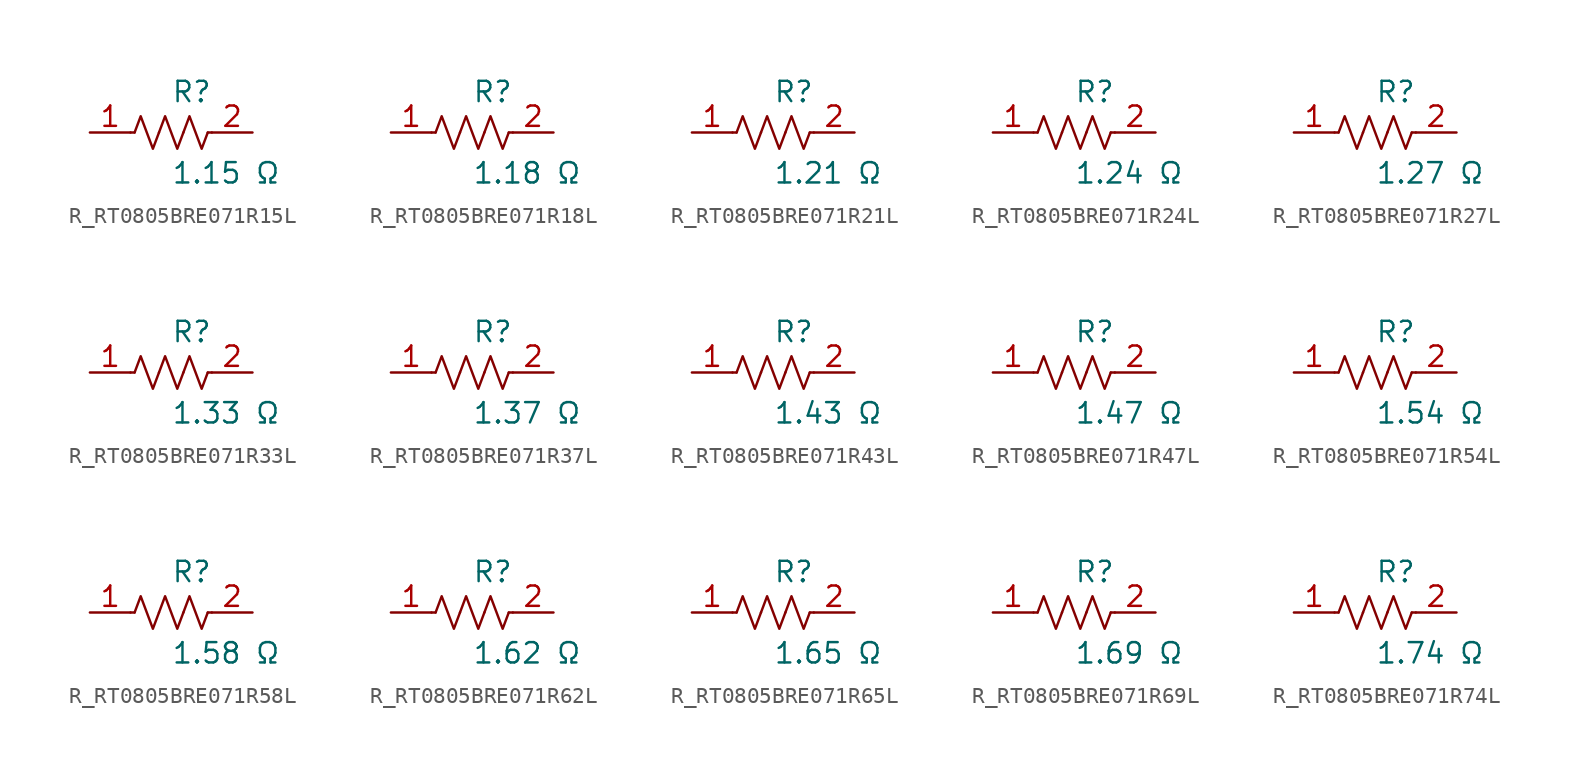
<source format=kicad_sym>
(kicad_symbol_lib
  (version 20231120)
  (generator kicad_symbol_editor)
  (generator_version 8.0)
  (symbol "R_RT0805BRE071R15L"
    (pin_names
      (offset 0.254))
    (property "Reference" "R"
      (at 0.0 2.54 0)
      (effects (font (size 1.27 1.27)) (justify left)))
    (property "Value" "1.15 Ω"
      (at 0.0 -2.54 0)
      (effects (font (size 1.27 1.27)) (justify left)))
    (symbol "R_RT0805BRE071R15L_0_1"
      (polyline (pts (xy 2.286 0) (xy 2.54 0)) (stroke (width 0) (type default)) (fill (type none)))
      (polyline (pts (xy -2.286 0) (xy -2.54 0)) (stroke (width 0) (type default)) (fill (type none)))
      (polyline (pts (xy 0.762 0) (xy 1.143 1.016) (xy 1.524 0) (xy 1.905 -1.016) (xy 2.286 0)) (stroke (width 0) (type default)) (fill (type none)))
      (polyline (pts (xy -0.762 0) (xy -0.381 1.016) (xy 0 0) (xy 0.381 -1.016) (xy 0.762 0)) (stroke (width 0) (type default)) (fill (type none)))
      (polyline (pts (xy -2.286 0) (xy -1.905 1.016) (xy -1.524 0) (xy -1.143 -1.016) (xy -0.762 0)) (stroke (width 0) (type default)) (fill (type none))))
    (pin unspecified line
      (at -5.08 0 0)
      (length 2.54)
      (name "" (effects (font (size 1.27 1.27))))
      (number "1" (effects (font (size 1.27 1.27)))))
    (pin unspecified line
      (at 5.08 0 180)
      (length 2.54)
      (name "" (effects (font (size 1.27 1.27))))
      (number "2" (effects (font (size 1.27 1.27))))))
  (symbol "R_RT0805BRE071R18L"
    (pin_names
      (offset 0.254))
    (property "Reference" "R"
      (at 0.0 2.54 0)
      (effects (font (size 1.27 1.27)) (justify left)))
    (property "Value" "1.18 Ω"
      (at 0.0 -2.54 0)
      (effects (font (size 1.27 1.27)) (justify left)))
    (symbol "R_RT0805BRE071R18L_0_1"
      (polyline (pts (xy 2.286 0) (xy 2.54 0)) (stroke (width 0) (type default)) (fill (type none)))
      (polyline (pts (xy -2.286 0) (xy -2.54 0)) (stroke (width 0) (type default)) (fill (type none)))
      (polyline (pts (xy 0.762 0) (xy 1.143 1.016) (xy 1.524 0) (xy 1.905 -1.016) (xy 2.286 0)) (stroke (width 0) (type default)) (fill (type none)))
      (polyline (pts (xy -0.762 0) (xy -0.381 1.016) (xy 0 0) (xy 0.381 -1.016) (xy 0.762 0)) (stroke (width 0) (type default)) (fill (type none)))
      (polyline (pts (xy -2.286 0) (xy -1.905 1.016) (xy -1.524 0) (xy -1.143 -1.016) (xy -0.762 0)) (stroke (width 0) (type default)) (fill (type none))))
    (pin unspecified line
      (at -5.08 0 0)
      (length 2.54)
      (name "" (effects (font (size 1.27 1.27))))
      (number "1" (effects (font (size 1.27 1.27)))))
    (pin unspecified line
      (at 5.08 0 180)
      (length 2.54)
      (name "" (effects (font (size 1.27 1.27))))
      (number "2" (effects (font (size 1.27 1.27))))))
  (symbol "R_RT0805BRE071R21L"
    (pin_names
      (offset 0.254))
    (property "Reference" "R"
      (at 0.0 2.54 0)
      (effects (font (size 1.27 1.27)) (justify left)))
    (property "Value" "1.21 Ω"
      (at 0.0 -2.54 0)
      (effects (font (size 1.27 1.27)) (justify left)))
    (symbol "R_RT0805BRE071R21L_0_1"
      (polyline (pts (xy 2.286 0) (xy 2.54 0)) (stroke (width 0) (type default)) (fill (type none)))
      (polyline (pts (xy -2.286 0) (xy -2.54 0)) (stroke (width 0) (type default)) (fill (type none)))
      (polyline (pts (xy 0.762 0) (xy 1.143 1.016) (xy 1.524 0) (xy 1.905 -1.016) (xy 2.286 0)) (stroke (width 0) (type default)) (fill (type none)))
      (polyline (pts (xy -0.762 0) (xy -0.381 1.016) (xy 0 0) (xy 0.381 -1.016) (xy 0.762 0)) (stroke (width 0) (type default)) (fill (type none)))
      (polyline (pts (xy -2.286 0) (xy -1.905 1.016) (xy -1.524 0) (xy -1.143 -1.016) (xy -0.762 0)) (stroke (width 0) (type default)) (fill (type none))))
    (pin unspecified line
      (at -5.08 0 0)
      (length 2.54)
      (name "" (effects (font (size 1.27 1.27))))
      (number "1" (effects (font (size 1.27 1.27)))))
    (pin unspecified line
      (at 5.08 0 180)
      (length 2.54)
      (name "" (effects (font (size 1.27 1.27))))
      (number "2" (effects (font (size 1.27 1.27))))))
  (symbol "R_RT0805BRE071R24L"
    (pin_names
      (offset 0.254))
    (property "Reference" "R"
      (at 0.0 2.54 0)
      (effects (font (size 1.27 1.27)) (justify left)))
    (property "Value" "1.24 Ω"
      (at 0.0 -2.54 0)
      (effects (font (size 1.27 1.27)) (justify left)))
    (symbol "R_RT0805BRE071R24L_0_1"
      (polyline (pts (xy 2.286 0) (xy 2.54 0)) (stroke (width 0) (type default)) (fill (type none)))
      (polyline (pts (xy -2.286 0) (xy -2.54 0)) (stroke (width 0) (type default)) (fill (type none)))
      (polyline (pts (xy 0.762 0) (xy 1.143 1.016) (xy 1.524 0) (xy 1.905 -1.016) (xy 2.286 0)) (stroke (width 0) (type default)) (fill (type none)))
      (polyline (pts (xy -0.762 0) (xy -0.381 1.016) (xy 0 0) (xy 0.381 -1.016) (xy 0.762 0)) (stroke (width 0) (type default)) (fill (type none)))
      (polyline (pts (xy -2.286 0) (xy -1.905 1.016) (xy -1.524 0) (xy -1.143 -1.016) (xy -0.762 0)) (stroke (width 0) (type default)) (fill (type none))))
    (pin unspecified line
      (at -5.08 0 0)
      (length 2.54)
      (name "" (effects (font (size 1.27 1.27))))
      (number "1" (effects (font (size 1.27 1.27)))))
    (pin unspecified line
      (at 5.08 0 180)
      (length 2.54)
      (name "" (effects (font (size 1.27 1.27))))
      (number "2" (effects (font (size 1.27 1.27))))))
  (symbol "R_RT0805BRE071R27L"
    (pin_names
      (offset 0.254))
    (property "Reference" "R"
      (at 0.0 2.54 0)
      (effects (font (size 1.27 1.27)) (justify left)))
    (property "Value" "1.27 Ω"
      (at 0.0 -2.54 0)
      (effects (font (size 1.27 1.27)) (justify left)))
    (symbol "R_RT0805BRE071R27L_0_1"
      (polyline (pts (xy 2.286 0) (xy 2.54 0)) (stroke (width 0) (type default)) (fill (type none)))
      (polyline (pts (xy -2.286 0) (xy -2.54 0)) (stroke (width 0) (type default)) (fill (type none)))
      (polyline (pts (xy 0.762 0) (xy 1.143 1.016) (xy 1.524 0) (xy 1.905 -1.016) (xy 2.286 0)) (stroke (width 0) (type default)) (fill (type none)))
      (polyline (pts (xy -0.762 0) (xy -0.381 1.016) (xy 0 0) (xy 0.381 -1.016) (xy 0.762 0)) (stroke (width 0) (type default)) (fill (type none)))
      (polyline (pts (xy -2.286 0) (xy -1.905 1.016) (xy -1.524 0) (xy -1.143 -1.016) (xy -0.762 0)) (stroke (width 0) (type default)) (fill (type none))))
    (pin unspecified line
      (at -5.08 0 0)
      (length 2.54)
      (name "" (effects (font (size 1.27 1.27))))
      (number "1" (effects (font (size 1.27 1.27)))))
    (pin unspecified line
      (at 5.08 0 180)
      (length 2.54)
      (name "" (effects (font (size 1.27 1.27))))
      (number "2" (effects (font (size 1.27 1.27))))))
  (symbol "R_RT0805BRE071R33L"
    (pin_names
      (offset 0.254))
    (property "Reference" "R"
      (at 0.0 2.54 0)
      (effects (font (size 1.27 1.27)) (justify left)))
    (property "Value" "1.33 Ω"
      (at 0.0 -2.54 0)
      (effects (font (size 1.27 1.27)) (justify left)))
    (symbol "R_RT0805BRE071R33L_0_1"
      (polyline (pts (xy 2.286 0) (xy 2.54 0)) (stroke (width 0) (type default)) (fill (type none)))
      (polyline (pts (xy -2.286 0) (xy -2.54 0)) (stroke (width 0) (type default)) (fill (type none)))
      (polyline (pts (xy 0.762 0) (xy 1.143 1.016) (xy 1.524 0) (xy 1.905 -1.016) (xy 2.286 0)) (stroke (width 0) (type default)) (fill (type none)))
      (polyline (pts (xy -0.762 0) (xy -0.381 1.016) (xy 0 0) (xy 0.381 -1.016) (xy 0.762 0)) (stroke (width 0) (type default)) (fill (type none)))
      (polyline (pts (xy -2.286 0) (xy -1.905 1.016) (xy -1.524 0) (xy -1.143 -1.016) (xy -0.762 0)) (stroke (width 0) (type default)) (fill (type none))))
    (pin unspecified line
      (at -5.08 0 0)
      (length 2.54)
      (name "" (effects (font (size 1.27 1.27))))
      (number "1" (effects (font (size 1.27 1.27)))))
    (pin unspecified line
      (at 5.08 0 180)
      (length 2.54)
      (name "" (effects (font (size 1.27 1.27))))
      (number "2" (effects (font (size 1.27 1.27))))))
  (symbol "R_RT0805BRE071R37L"
    (pin_names
      (offset 0.254))
    (property "Reference" "R"
      (at 0.0 2.54 0)
      (effects (font (size 1.27 1.27)) (justify left)))
    (property "Value" "1.37 Ω"
      (at 0.0 -2.54 0)
      (effects (font (size 1.27 1.27)) (justify left)))
    (symbol "R_RT0805BRE071R37L_0_1"
      (polyline (pts (xy 2.286 0) (xy 2.54 0)) (stroke (width 0) (type default)) (fill (type none)))
      (polyline (pts (xy -2.286 0) (xy -2.54 0)) (stroke (width 0) (type default)) (fill (type none)))
      (polyline (pts (xy 0.762 0) (xy 1.143 1.016) (xy 1.524 0) (xy 1.905 -1.016) (xy 2.286 0)) (stroke (width 0) (type default)) (fill (type none)))
      (polyline (pts (xy -0.762 0) (xy -0.381 1.016) (xy 0 0) (xy 0.381 -1.016) (xy 0.762 0)) (stroke (width 0) (type default)) (fill (type none)))
      (polyline (pts (xy -2.286 0) (xy -1.905 1.016) (xy -1.524 0) (xy -1.143 -1.016) (xy -0.762 0)) (stroke (width 0) (type default)) (fill (type none))))
    (pin unspecified line
      (at -5.08 0 0)
      (length 2.54)
      (name "" (effects (font (size 1.27 1.27))))
      (number "1" (effects (font (size 1.27 1.27)))))
    (pin unspecified line
      (at 5.08 0 180)
      (length 2.54)
      (name "" (effects (font (size 1.27 1.27))))
      (number "2" (effects (font (size 1.27 1.27))))))
  (symbol "R_RT0805BRE071R43L"
    (pin_names
      (offset 0.254))
    (property "Reference" "R"
      (at 0.0 2.54 0)
      (effects (font (size 1.27 1.27)) (justify left)))
    (property "Value" "1.43 Ω"
      (at 0.0 -2.54 0)
      (effects (font (size 1.27 1.27)) (justify left)))
    (symbol "R_RT0805BRE071R43L_0_1"
      (polyline (pts (xy 2.286 0) (xy 2.54 0)) (stroke (width 0) (type default)) (fill (type none)))
      (polyline (pts (xy -2.286 0) (xy -2.54 0)) (stroke (width 0) (type default)) (fill (type none)))
      (polyline (pts (xy 0.762 0) (xy 1.143 1.016) (xy 1.524 0) (xy 1.905 -1.016) (xy 2.286 0)) (stroke (width 0) (type default)) (fill (type none)))
      (polyline (pts (xy -0.762 0) (xy -0.381 1.016) (xy 0 0) (xy 0.381 -1.016) (xy 0.762 0)) (stroke (width 0) (type default)) (fill (type none)))
      (polyline (pts (xy -2.286 0) (xy -1.905 1.016) (xy -1.524 0) (xy -1.143 -1.016) (xy -0.762 0)) (stroke (width 0) (type default)) (fill (type none))))
    (pin unspecified line
      (at -5.08 0 0)
      (length 2.54)
      (name "" (effects (font (size 1.27 1.27))))
      (number "1" (effects (font (size 1.27 1.27)))))
    (pin unspecified line
      (at 5.08 0 180)
      (length 2.54)
      (name "" (effects (font (size 1.27 1.27))))
      (number "2" (effects (font (size 1.27 1.27))))))
  (symbol "R_RT0805BRE071R47L"
    (pin_names
      (offset 0.254))
    (property "Reference" "R"
      (at 0.0 2.54 0)
      (effects (font (size 1.27 1.27)) (justify left)))
    (property "Value" "1.47 Ω"
      (at 0.0 -2.54 0)
      (effects (font (size 1.27 1.27)) (justify left)))
    (symbol "R_RT0805BRE071R47L_0_1"
      (polyline (pts (xy 2.286 0) (xy 2.54 0)) (stroke (width 0) (type default)) (fill (type none)))
      (polyline (pts (xy -2.286 0) (xy -2.54 0)) (stroke (width 0) (type default)) (fill (type none)))
      (polyline (pts (xy 0.762 0) (xy 1.143 1.016) (xy 1.524 0) (xy 1.905 -1.016) (xy 2.286 0)) (stroke (width 0) (type default)) (fill (type none)))
      (polyline (pts (xy -0.762 0) (xy -0.381 1.016) (xy 0 0) (xy 0.381 -1.016) (xy 0.762 0)) (stroke (width 0) (type default)) (fill (type none)))
      (polyline (pts (xy -2.286 0) (xy -1.905 1.016) (xy -1.524 0) (xy -1.143 -1.016) (xy -0.762 0)) (stroke (width 0) (type default)) (fill (type none))))
    (pin unspecified line
      (at -5.08 0 0)
      (length 2.54)
      (name "" (effects (font (size 1.27 1.27))))
      (number "1" (effects (font (size 1.27 1.27)))))
    (pin unspecified line
      (at 5.08 0 180)
      (length 2.54)
      (name "" (effects (font (size 1.27 1.27))))
      (number "2" (effects (font (size 1.27 1.27))))))
  (symbol "R_RT0805BRE071R54L"
    (pin_names
      (offset 0.254))
    (property "Reference" "R"
      (at 0.0 2.54 0)
      (effects (font (size 1.27 1.27)) (justify left)))
    (property "Value" "1.54 Ω"
      (at 0.0 -2.54 0)
      (effects (font (size 1.27 1.27)) (justify left)))
    (symbol "R_RT0805BRE071R54L_0_1"
      (polyline (pts (xy 2.286 0) (xy 2.54 0)) (stroke (width 0) (type default)) (fill (type none)))
      (polyline (pts (xy -2.286 0) (xy -2.54 0)) (stroke (width 0) (type default)) (fill (type none)))
      (polyline (pts (xy 0.762 0) (xy 1.143 1.016) (xy 1.524 0) (xy 1.905 -1.016) (xy 2.286 0)) (stroke (width 0) (type default)) (fill (type none)))
      (polyline (pts (xy -0.762 0) (xy -0.381 1.016) (xy 0 0) (xy 0.381 -1.016) (xy 0.762 0)) (stroke (width 0) (type default)) (fill (type none)))
      (polyline (pts (xy -2.286 0) (xy -1.905 1.016) (xy -1.524 0) (xy -1.143 -1.016) (xy -0.762 0)) (stroke (width 0) (type default)) (fill (type none))))
    (pin unspecified line
      (at -5.08 0 0)
      (length 2.54)
      (name "" (effects (font (size 1.27 1.27))))
      (number "1" (effects (font (size 1.27 1.27)))))
    (pin unspecified line
      (at 5.08 0 180)
      (length 2.54)
      (name "" (effects (font (size 1.27 1.27))))
      (number "2" (effects (font (size 1.27 1.27))))))
  (symbol "R_RT0805BRE071R58L"
    (pin_names
      (offset 0.254))
    (property "Reference" "R"
      (at 0.0 2.54 0)
      (effects (font (size 1.27 1.27)) (justify left)))
    (property "Value" "1.58 Ω"
      (at 0.0 -2.54 0)
      (effects (font (size 1.27 1.27)) (justify left)))
    (symbol "R_RT0805BRE071R58L_0_1"
      (polyline (pts (xy 2.286 0) (xy 2.54 0)) (stroke (width 0) (type default)) (fill (type none)))
      (polyline (pts (xy -2.286 0) (xy -2.54 0)) (stroke (width 0) (type default)) (fill (type none)))
      (polyline (pts (xy 0.762 0) (xy 1.143 1.016) (xy 1.524 0) (xy 1.905 -1.016) (xy 2.286 0)) (stroke (width 0) (type default)) (fill (type none)))
      (polyline (pts (xy -0.762 0) (xy -0.381 1.016) (xy 0 0) (xy 0.381 -1.016) (xy 0.762 0)) (stroke (width 0) (type default)) (fill (type none)))
      (polyline (pts (xy -2.286 0) (xy -1.905 1.016) (xy -1.524 0) (xy -1.143 -1.016) (xy -0.762 0)) (stroke (width 0) (type default)) (fill (type none))))
    (pin unspecified line
      (at -5.08 0 0)
      (length 2.54)
      (name "" (effects (font (size 1.27 1.27))))
      (number "1" (effects (font (size 1.27 1.27)))))
    (pin unspecified line
      (at 5.08 0 180)
      (length 2.54)
      (name "" (effects (font (size 1.27 1.27))))
      (number "2" (effects (font (size 1.27 1.27))))))
  (symbol "R_RT0805BRE071R62L"
    (pin_names
      (offset 0.254))
    (property "Reference" "R"
      (at 0.0 2.54 0)
      (effects (font (size 1.27 1.27)) (justify left)))
    (property "Value" "1.62 Ω"
      (at 0.0 -2.54 0)
      (effects (font (size 1.27 1.27)) (justify left)))
    (symbol "R_RT0805BRE071R62L_0_1"
      (polyline (pts (xy 2.286 0) (xy 2.54 0)) (stroke (width 0) (type default)) (fill (type none)))
      (polyline (pts (xy -2.286 0) (xy -2.54 0)) (stroke (width 0) (type default)) (fill (type none)))
      (polyline (pts (xy 0.762 0) (xy 1.143 1.016) (xy 1.524 0) (xy 1.905 -1.016) (xy 2.286 0)) (stroke (width 0) (type default)) (fill (type none)))
      (polyline (pts (xy -0.762 0) (xy -0.381 1.016) (xy 0 0) (xy 0.381 -1.016) (xy 0.762 0)) (stroke (width 0) (type default)) (fill (type none)))
      (polyline (pts (xy -2.286 0) (xy -1.905 1.016) (xy -1.524 0) (xy -1.143 -1.016) (xy -0.762 0)) (stroke (width 0) (type default)) (fill (type none))))
    (pin unspecified line
      (at -5.08 0 0)
      (length 2.54)
      (name "" (effects (font (size 1.27 1.27))))
      (number "1" (effects (font (size 1.27 1.27)))))
    (pin unspecified line
      (at 5.08 0 180)
      (length 2.54)
      (name "" (effects (font (size 1.27 1.27))))
      (number "2" (effects (font (size 1.27 1.27))))))
  (symbol "R_RT0805BRE071R65L"
    (pin_names
      (offset 0.254))
    (property "Reference" "R"
      (at 0.0 2.54 0)
      (effects (font (size 1.27 1.27)) (justify left)))
    (property "Value" "1.65 Ω"
      (at 0.0 -2.54 0)
      (effects (font (size 1.27 1.27)) (justify left)))
    (symbol "R_RT0805BRE071R65L_0_1"
      (polyline (pts (xy 2.286 0) (xy 2.54 0)) (stroke (width 0) (type default)) (fill (type none)))
      (polyline (pts (xy -2.286 0) (xy -2.54 0)) (stroke (width 0) (type default)) (fill (type none)))
      (polyline (pts (xy 0.762 0) (xy 1.143 1.016) (xy 1.524 0) (xy 1.905 -1.016) (xy 2.286 0)) (stroke (width 0) (type default)) (fill (type none)))
      (polyline (pts (xy -0.762 0) (xy -0.381 1.016) (xy 0 0) (xy 0.381 -1.016) (xy 0.762 0)) (stroke (width 0) (type default)) (fill (type none)))
      (polyline (pts (xy -2.286 0) (xy -1.905 1.016) (xy -1.524 0) (xy -1.143 -1.016) (xy -0.762 0)) (stroke (width 0) (type default)) (fill (type none))))
    (pin unspecified line
      (at -5.08 0 0)
      (length 2.54)
      (name "" (effects (font (size 1.27 1.27))))
      (number "1" (effects (font (size 1.27 1.27)))))
    (pin unspecified line
      (at 5.08 0 180)
      (length 2.54)
      (name "" (effects (font (size 1.27 1.27))))
      (number "2" (effects (font (size 1.27 1.27))))))
  (symbol "R_RT0805BRE071R69L"
    (pin_names
      (offset 0.254))
    (property "Reference" "R"
      (at 0.0 2.54 0)
      (effects (font (size 1.27 1.27)) (justify left)))
    (property "Value" "1.69 Ω"
      (at 0.0 -2.54 0)
      (effects (font (size 1.27 1.27)) (justify left)))
    (symbol "R_RT0805BRE071R69L_0_1"
      (polyline (pts (xy 2.286 0) (xy 2.54 0)) (stroke (width 0) (type default)) (fill (type none)))
      (polyline (pts (xy -2.286 0) (xy -2.54 0)) (stroke (width 0) (type default)) (fill (type none)))
      (polyline (pts (xy 0.762 0) (xy 1.143 1.016) (xy 1.524 0) (xy 1.905 -1.016) (xy 2.286 0)) (stroke (width 0) (type default)) (fill (type none)))
      (polyline (pts (xy -0.762 0) (xy -0.381 1.016) (xy 0 0) (xy 0.381 -1.016) (xy 0.762 0)) (stroke (width 0) (type default)) (fill (type none)))
      (polyline (pts (xy -2.286 0) (xy -1.905 1.016) (xy -1.524 0) (xy -1.143 -1.016) (xy -0.762 0)) (stroke (width 0) (type default)) (fill (type none))))
    (pin unspecified line
      (at -5.08 0 0)
      (length 2.54)
      (name "" (effects (font (size 1.27 1.27))))
      (number "1" (effects (font (size 1.27 1.27)))))
    (pin unspecified line
      (at 5.08 0 180)
      (length 2.54)
      (name "" (effects (font (size 1.27 1.27))))
      (number "2" (effects (font (size 1.27 1.27))))))
  (symbol "R_RT0805BRE071R74L"
    (pin_names
      (offset 0.254))
    (property "Reference" "R"
      (at 0.0 2.54 0)
      (effects (font (size 1.27 1.27)) (justify left)))
    (property "Value" "1.74 Ω"
      (at 0.0 -2.54 0)
      (effects (font (size 1.27 1.27)) (justify left)))
    (symbol "R_RT0805BRE071R74L_0_1"
      (polyline (pts (xy 2.286 0) (xy 2.54 0)) (stroke (width 0) (type default)) (fill (type none)))
      (polyline (pts (xy -2.286 0) (xy -2.54 0)) (stroke (width 0) (type default)) (fill (type none)))
      (polyline (pts (xy 0.762 0) (xy 1.143 1.016) (xy 1.524 0) (xy 1.905 -1.016) (xy 2.286 0)) (stroke (width 0) (type default)) (fill (type none)))
      (polyline (pts (xy -0.762 0) (xy -0.381 1.016) (xy 0 0) (xy 0.381 -1.016) (xy 0.762 0)) (stroke (width 0) (type default)) (fill (type none)))
      (polyline (pts (xy -2.286 0) (xy -1.905 1.016) (xy -1.524 0) (xy -1.143 -1.016) (xy -0.762 0)) (stroke (width 0) (type default)) (fill (type none))))
    (pin unspecified line
      (at -5.08 0 0)
      (length 2.54)
      (name "" (effects (font (size 1.27 1.27))))
      (number "1" (effects (font (size 1.27 1.27)))))
    (pin unspecified line
      (at 5.08 0 180)
      (length 2.54)
      (name "" (effects (font (size 1.27 1.27))))
      (number "2" (effects (font (size 1.27 1.27)))))))
</source>
